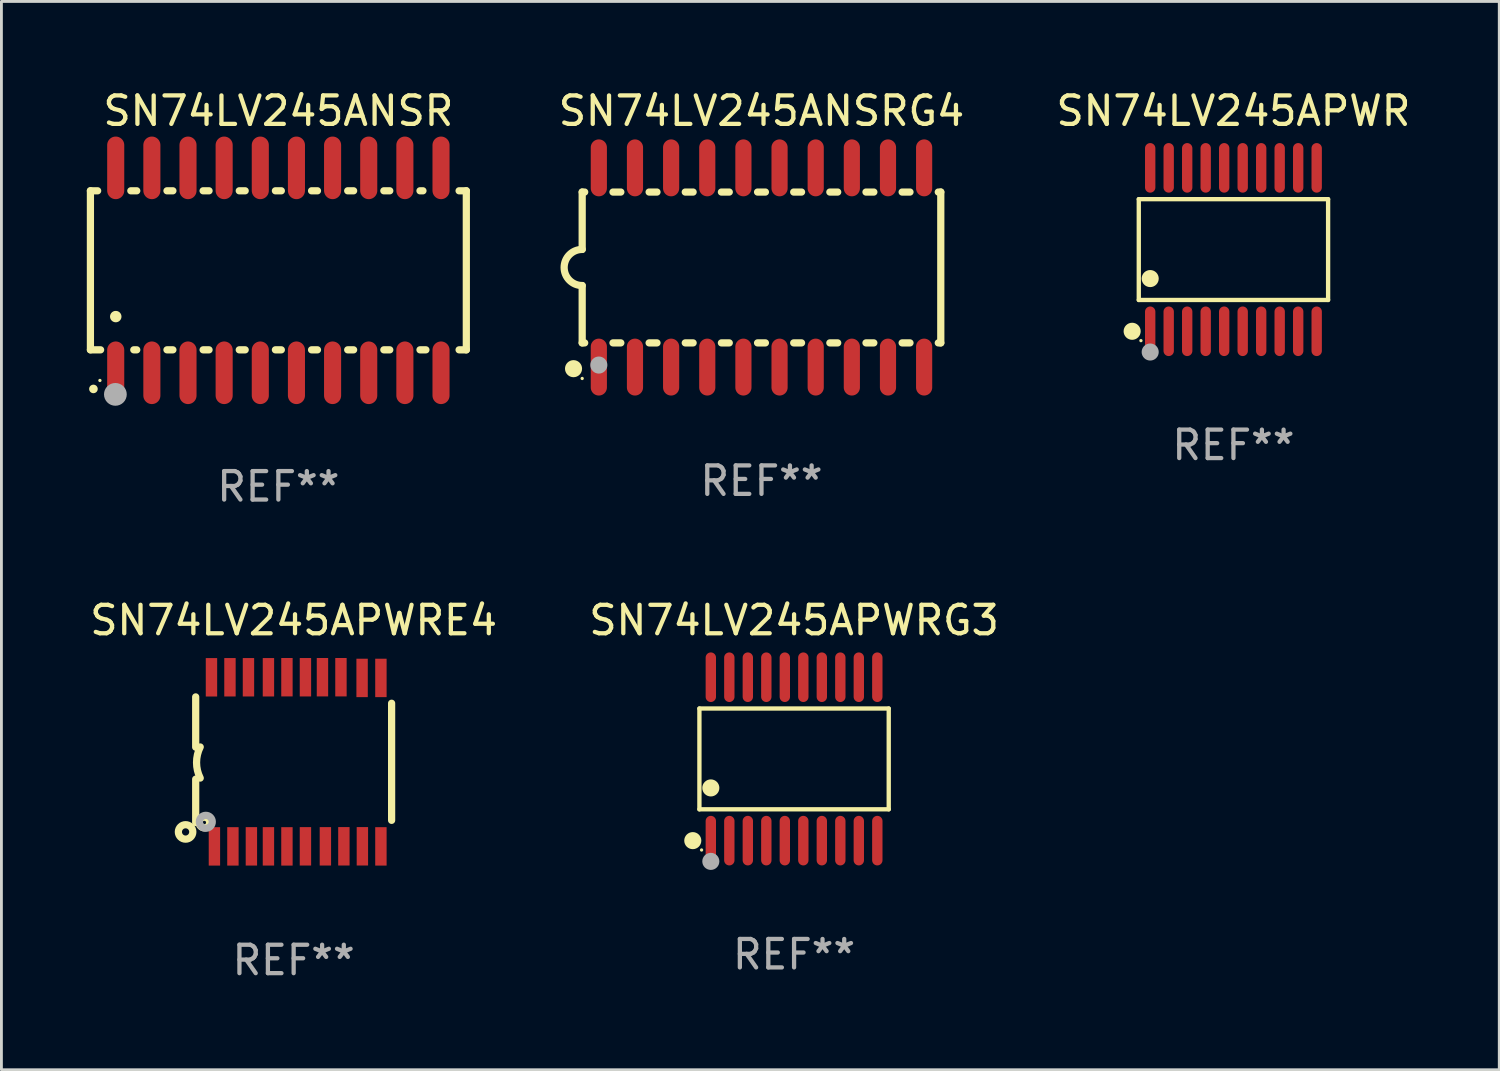
<source format=kicad_pcb>
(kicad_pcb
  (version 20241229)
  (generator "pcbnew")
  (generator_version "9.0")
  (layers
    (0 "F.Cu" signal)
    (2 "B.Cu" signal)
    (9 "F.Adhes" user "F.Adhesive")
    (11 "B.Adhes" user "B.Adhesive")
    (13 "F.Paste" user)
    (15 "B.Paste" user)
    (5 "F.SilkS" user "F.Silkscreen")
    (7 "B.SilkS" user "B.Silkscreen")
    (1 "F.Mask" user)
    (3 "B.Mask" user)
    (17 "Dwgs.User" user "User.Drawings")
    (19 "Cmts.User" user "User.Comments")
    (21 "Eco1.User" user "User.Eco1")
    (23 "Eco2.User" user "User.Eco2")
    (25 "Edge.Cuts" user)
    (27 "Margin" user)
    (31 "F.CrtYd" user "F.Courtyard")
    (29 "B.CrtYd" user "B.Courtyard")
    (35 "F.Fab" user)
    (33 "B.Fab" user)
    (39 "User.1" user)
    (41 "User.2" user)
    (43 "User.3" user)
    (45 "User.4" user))
  (footprint "SN74LV245ANSR"
    (layer "F.Cu")
    (at 6.731 6.448)
    (property "Reference" "SN74LV245ANSR" (at 0 -5.6 0) (layer "F.SilkS") (effects (font (size 1 1) (thickness 0.15))))
    (attr through_hole)
    (fp_line (start -6.604 -2.794) (end -6.604 2.794) (stroke (width 0.254) (type solid)) (layer "F.SilkS"))
    (fp_line (start -6.604 2.794) (end -6.246 2.794) (stroke (width 0.254) (type solid)) (layer "F.SilkS"))
    (fp_line (start -6.35 -2.794) (end -6.604 -2.794) (stroke (width 0.254) (type solid)) (layer "F.SilkS"))
    (fp_line (start -5.184 -2.794) (end -4.976 -2.794) (stroke (width 0.254) (type solid)) (layer "F.SilkS"))
    (fp_line (start -5.08 2.794) (end -4.976 2.794) (stroke (width 0.254) (type solid)) (layer "F.SilkS"))
    (fp_line (start -3.914 -2.794) (end -3.706 -2.794) (stroke (width 0.254) (type solid)) (layer "F.SilkS"))
    (fp_line (start -3.914 2.794) (end -3.706 2.794) (stroke (width 0.254) (type solid)) (layer "F.SilkS"))
    (fp_line (start -2.644 -2.794) (end -2.436 -2.794) (stroke (width 0.254) (type solid)) (layer "F.SilkS"))
    (fp_line (start -2.644 2.794) (end -2.436 2.794) (stroke (width 0.254) (type solid)) (layer "F.SilkS"))
    (fp_line (start -1.374 -2.794) (end -1.166 -2.794) (stroke (width 0.254) (type solid)) (layer "F.SilkS"))
    (fp_line (start -1.374 2.794) (end -1.166 2.794) (stroke (width 0.254) (type solid)) (layer "F.SilkS"))
    (fp_line (start -0.104 -2.794) (end 0.104 -2.794) (stroke (width 0.254) (type solid)) (layer "F.SilkS"))
    (fp_line (start -0.104 2.794) (end 0.104 2.794) (stroke (width 0.254) (type solid)) (layer "F.SilkS"))
    (fp_line (start 1.166 -2.794) (end 1.374 -2.794) (stroke (width 0.254) (type solid)) (layer "F.SilkS"))
    (fp_line (start 1.166 2.794) (end 1.374 2.794) (stroke (width 0.254) (type solid)) (layer "F.SilkS"))
    (fp_line (start 2.436 -2.794) (end 2.644 -2.794) (stroke (width 0.254) (type solid)) (layer "F.SilkS"))
    (fp_line (start 2.436 2.794) (end 2.644 2.794) (stroke (width 0.254) (type solid)) (layer "F.SilkS"))
    (fp_line (start 3.706 -2.794) (end 3.914 -2.794) (stroke (width 0.254) (type solid)) (layer "F.SilkS"))
    (fp_line (start 3.706 2.794) (end 3.914 2.794) (stroke (width 0.254) (type solid)) (layer "F.SilkS"))
    (fp_line (start 4.976 -2.794) (end 5.08 -2.794) (stroke (width 0.254) (type solid)) (layer "F.SilkS"))
    (fp_line (start 4.976 2.794) (end 5.184 2.794) (stroke (width 0.254) (type solid)) (layer "F.SilkS"))
    (fp_line (start 6.35 -2.794) (end 6.604 -2.794) (stroke (width 0.254) (type solid)) (layer "F.SilkS"))
    (fp_line (start 6.604 -2.794) (end 6.604 2.794) (stroke (width 0.254) (type solid)) (layer "F.SilkS"))
    (fp_line (start 6.604 2.794) (end 6.35 2.794) (stroke (width 0.254) (type solid)) (layer "F.SilkS"))
    (fp_arc (start -6.499619 4.167793) (mid -6.498349 4.167788) (end -6.497079 4.167793) (stroke (width 0.3) (type solid)) (layer "F.SilkS"))
    (fp_arc (start -5.715011 1.625603) (mid -5.713741 1.625599) (end -5.712471 1.625603) (stroke (width 0.4) (type solid)) (layer "F.SilkS"))
    (fp_circle (center -6.27 3.87) (end -6.24 3.87) (stroke (width 0.06) (type solid)) (fill no) (layer "F.SilkS"))
    (fp_circle (center -5.727 4.359) (end -5.527 4.359) (stroke (width 0.4) (type solid)) (fill no) (layer "F.Fab"))
    (fp_text user "REF**" (at 0 7.6 0) (layer "F.Fab") (effects (font (size 1 1) (thickness 0.15))))
    (pad "1" smd oval (at -5.715 3.6) (size 0.6 2.2) (layers "F.Cu" "F.Mask" "F.Paste"))
    (pad "2" smd oval (at -4.445 3.6) (size 0.6 2.2) (layers "F.Cu" "F.Mask" "F.Paste"))
    (pad "3" smd oval (at -3.175 3.6) (size 0.6 2.2) (layers "F.Cu" "F.Mask" "F.Paste"))
    (pad "4" smd oval (at -1.905 3.6) (size 0.6 2.2) (layers "F.Cu" "F.Mask" "F.Paste"))
    (pad "5" smd oval (at -0.635 3.6) (size 0.6 2.2) (layers "F.Cu" "F.Mask" "F.Paste"))
    (pad "6" smd oval (at 0.635 3.6) (size 0.6 2.2) (layers "F.Cu" "F.Mask" "F.Paste"))
    (pad "7" smd oval (at 1.905 3.6) (size 0.6 2.2) (layers "F.Cu" "F.Mask" "F.Paste"))
    (pad "8" smd oval (at 3.175 3.6) (size 0.6 2.2) (layers "F.Cu" "F.Mask" "F.Paste"))
    (pad "9" smd oval (at 4.445 3.6) (size 0.6 2.2) (layers "F.Cu" "F.Mask" "F.Paste"))
    (pad "10" smd oval (at 5.715 3.6) (size 0.6 2.2) (layers "F.Cu" "F.Mask" "F.Paste"))
    (pad "11" smd oval (at 5.715 -3.6 180) (size 0.6 2.2) (layers "F.Cu" "F.Mask" "F.Paste"))
    (pad "12" smd oval (at 4.445 -3.6 180) (size 0.6 2.2) (layers "F.Cu" "F.Mask" "F.Paste"))
    (pad "13" smd oval (at 3.175 -3.6 180) (size 0.6 2.2) (layers "F.Cu" "F.Mask" "F.Paste"))
    (pad "14" smd oval (at 1.905 -3.6 180) (size 0.6 2.2) (layers "F.Cu" "F.Mask" "F.Paste"))
    (pad "15" smd oval (at 0.635 -3.6 180) (size 0.6 2.2) (layers "F.Cu" "F.Mask" "F.Paste"))
    (pad "16" smd oval (at -0.635 -3.6 180) (size 0.6 2.2) (layers "F.Cu" "F.Mask" "F.Paste"))
    (pad "17" smd oval (at -1.905 -3.6 180) (size 0.6 2.2) (layers "F.Cu" "F.Mask" "F.Paste"))
    (pad "18" smd oval (at -3.175 -3.6 180) (size 0.6 2.2) (layers "F.Cu" "F.Mask" "F.Paste"))
    (pad "19" smd oval (at -4.445 -3.6 180) (size 0.6 2.2) (layers "F.Cu" "F.Mask" "F.Paste"))
    (pad "20" smd oval (at -5.715 -3.6 180) (size 0.6 2.2) (layers "F.Cu" "F.Mask" "F.Paste")))
  (footprint "SN74LV245ANSRG4"
    (layer "F.Cu")
    (at 23.706 6.348)
    (property "Reference" "SN74LV245ANSRG4" (at 0 -5.5 0) (layer "F.SilkS") (effects (font (size 1 1) (thickness 0.15))))
    (attr through_hole)
    (fp_line (start -6.3 -2.65) (end -6.3 -0.635) (stroke (width 0.254) (type solid)) (layer "F.SilkS"))
    (fp_line (start -6.3 -2.65) (end -6.212 -2.65) (stroke (width 0.254) (type solid)) (layer "F.SilkS"))
    (fp_line (start -6.3 2.65) (end -6.3 0.635) (stroke (width 0.254) (type solid)) (layer "F.SilkS"))
    (fp_line (start -6.3 2.65) (end -6.212 2.65) (stroke (width 0.254) (type solid)) (layer "F.SilkS"))
    (fp_line (start -5.218 -2.65) (end -4.942 -2.65) (stroke (width 0.254) (type solid)) (layer "F.SilkS"))
    (fp_line (start -5.218 2.65) (end -4.942 2.65) (stroke (width 0.254) (type solid)) (layer "F.SilkS"))
    (fp_line (start -3.948 -2.65) (end -3.672 -2.65) (stroke (width 0.254) (type solid)) (layer "F.SilkS"))
    (fp_line (start -3.948 2.65) (end -3.672 2.65) (stroke (width 0.254) (type solid)) (layer "F.SilkS"))
    (fp_line (start -2.678 -2.65) (end -2.402 -2.65) (stroke (width 0.254) (type solid)) (layer "F.SilkS"))
    (fp_line (start -2.678 2.65) (end -2.402 2.65) (stroke (width 0.254) (type solid)) (layer "F.SilkS"))
    (fp_line (start -1.408 -2.65) (end -1.132 -2.65) (stroke (width 0.254) (type solid)) (layer "F.SilkS"))
    (fp_line (start -1.408 2.65) (end -1.132 2.65) (stroke (width 0.254) (type solid)) (layer "F.SilkS"))
    (fp_line (start -0.138 -2.65) (end 0.138 -2.65) (stroke (width 0.254) (type solid)) (layer "F.SilkS"))
    (fp_line (start -0.138 2.65) (end 0.138 2.65) (stroke (width 0.254) (type solid)) (layer "F.SilkS"))
    (fp_line (start 1.132 -2.65) (end 1.408 -2.65) (stroke (width 0.254) (type solid)) (layer "F.SilkS"))
    (fp_line (start 1.132 2.65) (end 1.408 2.65) (stroke (width 0.254) (type solid)) (layer "F.SilkS"))
    (fp_line (start 2.402 -2.65) (end 2.678 -2.65) (stroke (width 0.254) (type solid)) (layer "F.SilkS"))
    (fp_line (start 2.402 2.65) (end 2.678 2.65) (stroke (width 0.254) (type solid)) (layer "F.SilkS"))
    (fp_line (start 3.672 -2.65) (end 3.948 -2.65) (stroke (width 0.254) (type solid)) (layer "F.SilkS"))
    (fp_line (start 3.672 2.65) (end 3.948 2.65) (stroke (width 0.254) (type solid)) (layer "F.SilkS"))
    (fp_line (start 4.942 -2.65) (end 5.218 -2.65) (stroke (width 0.254) (type solid)) (layer "F.SilkS"))
    (fp_line (start 4.942 2.65) (end 5.218 2.65) (stroke (width 0.254) (type solid)) (layer "F.SilkS"))
    (fp_line (start 6.212 -2.65) (end 6.3 -2.65) (stroke (width 0.254) (type solid)) (layer "F.SilkS"))
    (fp_line (start 6.212 2.65) (end 6.3 2.65) (stroke (width 0.254) (type solid)) (layer "F.SilkS"))
    (fp_line (start 6.3 -2.65) (end 6.3 2.65) (stroke (width 0.254) (type solid)) (layer "F.SilkS"))
    (fp_arc (start -6.299975 0.634874) (mid -6.933579 0.000127) (end -6.299213 -0.633858) (stroke (width 0.254001) (type solid)) (layer "F.SilkS"))
    (fp_circle (center -6.604 3.556) (end -6.454 3.556) (stroke (width 0.3) (type solid)) (fill no) (layer "F.SilkS"))
    (fp_circle (center -6.3 3.9) (end -6.27 3.9) (stroke (width 0.06) (type solid)) (fill no) (layer "F.SilkS"))
    (fp_circle (center -5.715 3.429) (end -5.565 3.429) (stroke (width 0.3) (type solid)) (fill no) (layer "F.Fab"))
    (fp_text user "REF**" (at 0 7.5 0) (layer "F.Fab") (effects (font (size 1 1) (thickness 0.15))))
    (pad "1" smd oval (at -5.715 3.5) (size 0.568 2) (layers "F.Cu" "F.Mask" "F.Paste"))
    (pad "2" smd oval (at -4.445 3.5) (size 0.568 2) (layers "F.Cu" "F.Mask" "F.Paste"))
    (pad "3" smd oval (at -3.175 3.5) (size 0.568 2) (layers "F.Cu" "F.Mask" "F.Paste"))
    (pad "4" smd oval (at -1.905 3.5) (size 0.568 2) (layers "F.Cu" "F.Mask" "F.Paste"))
    (pad "5" smd oval (at -0.635 3.5) (size 0.568 2) (layers "F.Cu" "F.Mask" "F.Paste"))
    (pad "6" smd oval (at 0.635 3.5) (size 0.568 2) (layers "F.Cu" "F.Mask" "F.Paste"))
    (pad "7" smd oval (at 1.905 3.5) (size 0.568 2) (layers "F.Cu" "F.Mask" "F.Paste"))
    (pad "8" smd oval (at 3.175 3.5) (size 0.568 2) (layers "F.Cu" "F.Mask" "F.Paste"))
    (pad "9" smd oval (at 4.445 3.5) (size 0.568 2) (layers "F.Cu" "F.Mask" "F.Paste"))
    (pad "10" smd oval (at 5.715 3.5) (size 0.568 2) (layers "F.Cu" "F.Mask" "F.Paste"))
    (pad "11" smd oval (at 5.715 -3.5) (size 0.568 2) (layers "F.Cu" "F.Mask" "F.Paste"))
    (pad "12" smd oval (at 4.445 -3.5) (size 0.568 2) (layers "F.Cu" "F.Mask" "F.Paste"))
    (pad "13" smd oval (at 3.175 -3.5) (size 0.568 2) (layers "F.Cu" "F.Mask" "F.Paste"))
    (pad "14" smd oval (at 1.905 -3.5) (size 0.568 2) (layers "F.Cu" "F.Mask" "F.Paste"))
    (pad "15" smd oval (at 0.635 -3.5) (size 0.568 2) (layers "F.Cu" "F.Mask" "F.Paste"))
    (pad "16" smd oval (at -0.635 -3.5) (size 0.568 2) (layers "F.Cu" "F.Mask" "F.Paste"))
    (pad "17" smd oval (at -1.905 -3.5) (size 0.568 2) (layers "F.Cu" "F.Mask" "F.Paste"))
    (pad "18" smd oval (at -3.175 -3.5) (size 0.568 2) (layers "F.Cu" "F.Mask" "F.Paste"))
    (pad "19" smd oval (at -4.445 -3.5) (size 0.568 2) (layers "F.Cu" "F.Mask" "F.Paste"))
    (pad "20" smd oval (at -5.715 -3.5) (size 0.568 2) (layers "F.Cu" "F.Mask" "F.Paste")))
  (footprint "SN74LV245APWR"
    (layer "F.Cu")
    (at 40.289 5.719)
    (property "Reference" "SN74LV245APWR" (at 0 -4.871 0) (layer "F.SilkS") (effects (font (size 1 1) (thickness 0.15))))
    (attr through_hole)
    (fp_line (start -3.326 -1.771) (end 3.326 -1.771) (stroke (width 0.152) (type solid)) (layer "F.SilkS"))
    (fp_line (start -3.326 1.771) (end -3.326 -1.771) (stroke (width 0.152) (type solid)) (layer "F.SilkS"))
    (fp_line (start 3.326 -1.771) (end 3.326 1.771) (stroke (width 0.152) (type solid)) (layer "F.SilkS"))
    (fp_line (start 3.326 1.771) (end -3.326 1.771) (stroke (width 0.152) (type solid)) (layer "F.SilkS"))
    (fp_circle (center -3.559 2.871) (end -3.409 2.871) (stroke (width 0.3) (type solid)) (fill no) (layer "F.SilkS"))
    (fp_circle (center -3.25 3.2) (end -3.22 3.2) (stroke (width 0.06) (type solid)) (fill no) (layer "F.SilkS"))
    (fp_circle (center -2.925 1.019) (end -2.775 1.019) (stroke (width 0.3) (type solid)) (fill no) (layer "F.SilkS"))
    (fp_circle (center -2.925 3.6) (end -2.775 3.6) (stroke (width 0.3) (type solid)) (fill no) (layer "F.Fab"))
    (fp_text user "REF**" (at 0 6.871 0) (layer "F.Fab") (effects (font (size 1 1) (thickness 0.15))))
    (pad "1" smd oval (at -2.925 2.871) (size 0.364 1.742) (layers "F.Cu" "F.Mask" "F.Paste"))
    (pad "2" smd oval (at -2.275 2.871) (size 0.364 1.742) (layers "F.Cu" "F.Mask" "F.Paste"))
    (pad "3" smd oval (at -1.625 2.871) (size 0.364 1.742) (layers "F.Cu" "F.Mask" "F.Paste"))
    (pad "4" smd oval (at -0.975 2.871) (size 0.364 1.742) (layers "F.Cu" "F.Mask" "F.Paste"))
    (pad "5" smd oval (at -0.325 2.871) (size 0.364 1.742) (layers "F.Cu" "F.Mask" "F.Paste"))
    (pad "6" smd oval (at 0.325 2.871) (size 0.364 1.742) (layers "F.Cu" "F.Mask" "F.Paste"))
    (pad "7" smd oval (at 0.975 2.871) (size 0.364 1.742) (layers "F.Cu" "F.Mask" "F.Paste"))
    (pad "8" smd oval (at 1.625 2.871) (size 0.364 1.742) (layers "F.Cu" "F.Mask" "F.Paste"))
    (pad "9" smd oval (at 2.275 2.871) (size 0.364 1.742) (layers "F.Cu" "F.Mask" "F.Paste"))
    (pad "10" smd oval (at 2.925 2.871) (size 0.364 1.742) (layers "F.Cu" "F.Mask" "F.Paste"))
    (pad "11" smd oval (at 2.925 -2.871) (size 0.364 1.742) (layers "F.Cu" "F.Mask" "F.Paste"))
    (pad "12" smd oval (at 2.275 -2.871) (size 0.364 1.742) (layers "F.Cu" "F.Mask" "F.Paste"))
    (pad "13" smd oval (at 1.625 -2.871) (size 0.364 1.742) (layers "F.Cu" "F.Mask" "F.Paste"))
    (pad "14" smd oval (at 0.975 -2.871) (size 0.364 1.742) (layers "F.Cu" "F.Mask" "F.Paste"))
    (pad "15" smd oval (at 0.325 -2.871) (size 0.364 1.742) (layers "F.Cu" "F.Mask" "F.Paste"))
    (pad "16" smd oval (at -0.325 -2.871) (size 0.364 1.742) (layers "F.Cu" "F.Mask" "F.Paste"))
    (pad "17" smd oval (at -0.975 -2.871) (size 0.364 1.742) (layers "F.Cu" "F.Mask" "F.Paste"))
    (pad "18" smd oval (at -1.625 -2.871) (size 0.364 1.742) (layers "F.Cu" "F.Mask" "F.Paste"))
    (pad "19" smd oval (at -2.275 -2.871) (size 0.364 1.742) (layers "F.Cu" "F.Mask" "F.Paste"))
    (pad "20" smd oval (at -2.925 -2.871) (size 0.364 1.742) (layers "F.Cu" "F.Mask" "F.Paste")))
  (footprint "SN74LV245APWRG3"
    (layer "F.Cu")
    (at 24.851 23.616)
    (property "Reference" "SN74LV245APWRG3" (at 0 -4.871 0) (layer "F.SilkS") (effects (font (size 1 1) (thickness 0.15))))
    (attr through_hole)
    (fp_line (start -3.326 -1.771) (end 3.326 -1.771) (stroke (width 0.152) (type solid)) (layer "F.SilkS"))
    (fp_line (start -3.326 1.771) (end -3.326 -1.771) (stroke (width 0.152) (type solid)) (layer "F.SilkS"))
    (fp_line (start 3.326 -1.771) (end 3.326 1.771) (stroke (width 0.152) (type solid)) (layer "F.SilkS"))
    (fp_line (start 3.326 1.771) (end -3.326 1.771) (stroke (width 0.152) (type solid)) (layer "F.SilkS"))
    (fp_circle (center -3.559 2.871) (end -3.409 2.871) (stroke (width 0.3) (type solid)) (fill no) (layer "F.SilkS"))
    (fp_circle (center -3.25 3.2) (end -3.22 3.2) (stroke (width 0.06) (type solid)) (fill no) (layer "F.SilkS"))
    (fp_circle (center -2.925 1.019) (end -2.775 1.019) (stroke (width 0.3) (type solid)) (fill no) (layer "F.SilkS"))
    (fp_circle (center -2.925 3.6) (end -2.775 3.6) (stroke (width 0.3) (type solid)) (fill no) (layer "F.Fab"))
    (fp_text user "REF**" (at 0 6.871 0) (layer "F.Fab") (effects (font (size 1 1) (thickness 0.15))))
    (pad "1" smd oval (at -2.925 2.871) (size 0.364 1.742) (layers "F.Cu" "F.Mask" "F.Paste"))
    (pad "2" smd oval (at -2.275 2.871) (size 0.364 1.742) (layers "F.Cu" "F.Mask" "F.Paste"))
    (pad "3" smd oval (at -1.625 2.871) (size 0.364 1.742) (layers "F.Cu" "F.Mask" "F.Paste"))
    (pad "4" smd oval (at -0.975 2.871) (size 0.364 1.742) (layers "F.Cu" "F.Mask" "F.Paste"))
    (pad "5" smd oval (at -0.325 2.871) (size 0.364 1.742) (layers "F.Cu" "F.Mask" "F.Paste"))
    (pad "6" smd oval (at 0.325 2.871) (size 0.364 1.742) (layers "F.Cu" "F.Mask" "F.Paste"))
    (pad "7" smd oval (at 0.975 2.871) (size 0.364 1.742) (layers "F.Cu" "F.Mask" "F.Paste"))
    (pad "8" smd oval (at 1.625 2.871) (size 0.364 1.742) (layers "F.Cu" "F.Mask" "F.Paste"))
    (pad "9" smd oval (at 2.275 2.871) (size 0.364 1.742) (layers "F.Cu" "F.Mask" "F.Paste"))
    (pad "10" smd oval (at 2.925 2.871) (size 0.364 1.742) (layers "F.Cu" "F.Mask" "F.Paste"))
    (pad "11" smd oval (at 2.925 -2.871) (size 0.364 1.742) (layers "F.Cu" "F.Mask" "F.Paste"))
    (pad "12" smd oval (at 2.275 -2.871) (size 0.364 1.742) (layers "F.Cu" "F.Mask" "F.Paste"))
    (pad "13" smd oval (at 1.625 -2.871) (size 0.364 1.742) (layers "F.Cu" "F.Mask" "F.Paste"))
    (pad "14" smd oval (at 0.975 -2.871) (size 0.364 1.742) (layers "F.Cu" "F.Mask" "F.Paste"))
    (pad "15" smd oval (at 0.325 -2.871) (size 0.364 1.742) (layers "F.Cu" "F.Mask" "F.Paste"))
    (pad "16" smd oval (at -0.325 -2.871) (size 0.364 1.742) (layers "F.Cu" "F.Mask" "F.Paste"))
    (pad "17" smd oval (at -0.975 -2.871) (size 0.364 1.742) (layers "F.Cu" "F.Mask" "F.Paste"))
    (pad "18" smd oval (at -1.625 -2.871) (size 0.364 1.742) (layers "F.Cu" "F.Mask" "F.Paste"))
    (pad "19" smd oval (at -2.275 -2.871) (size 0.364 1.742) (layers "F.Cu" "F.Mask" "F.Paste"))
    (pad "20" smd oval (at -2.925 -2.871) (size 0.364 1.742) (layers "F.Cu" "F.Mask" "F.Paste")))
  (footprint "SN74LV245APWRE4"
    (layer "F.Cu")
    (at 7.268 23.717)
    (property "Reference" "SN74LV245APWRE4" (at 0 -4.972 0) (layer "F.SilkS") (effects (font (size 1 1) (thickness 0.15))))
    (attr through_hole)
    (fp_line (start -3.442 -0.514) (end -3.442 -2.28) (stroke (width 0.254) (type solid)) (layer "F.SilkS"))
    (fp_line (start -3.442 0.61) (end -3.442 2.134) (stroke (width 0.254) (type solid)) (layer "F.SilkS"))
    (fp_line (start 3.442 -2.057) (end 3.442 2.057) (stroke (width 0.254) (type solid)) (layer "F.SilkS"))
    (fp_arc (start -3.282957 0.571502) (mid -3.411874 0.0254) (end -3.282957 -0.520701) (stroke (width 0.254001) (type solid)) (layer "F.SilkS"))
    (fp_circle (center -3.797 2.464) (end -3.543 2.464) (stroke (width 0.254) (type solid)) (fill no) (layer "F.SilkS"))
    (fp_circle (center -3.137 2.134) (end -3.077 2.134) (stroke (width 0.254) (type solid)) (fill no) (layer "F.SilkS"))
    (fp_circle (center -3.086 2.108) (end -2.986 2.108) (stroke (width 0.254) (type solid)) (fill no) (layer "F.Fab"))
    (fp_text user "REF**" (at 0 6.972 0) (layer "F.Fab") (effects (font (size 1 1) (thickness 0.15))))
    (pad "1" smd rect (at -2.784 2.972 90) (size 1.35 0.4) (layers "F.Cu" "F.Mask" "F.Paste"))
    (pad "2" smd rect (at -2.134 2.972 270) (size 1.35 0.4) (layers "F.Cu" "F.Mask" "F.Paste"))
    (pad "3" smd rect (at -1.485 2.971 270) (size 1.35 0.4) (layers "F.Cu" "F.Mask" "F.Paste"))
    (pad "4" smd rect (at -0.886 2.971 270) (size 1.35 0.4) (layers "F.Cu" "F.Mask" "F.Paste"))
    (pad "5" smd rect (at -0.236 2.972 270) (size 1.35 0.4) (layers "F.Cu" "F.Mask" "F.Paste"))
    (pad "6" smd rect (at 0.414 2.97 270) (size 1.35 0.4) (layers "F.Cu" "F.Mask" "F.Paste"))
    (pad "7" smd rect (at 1.115 2.97 270) (size 1.35 0.4) (layers "F.Cu" "F.Mask" "F.Paste"))
    (pad "8" smd rect (at 1.765 2.969 270) (size 1.35 0.4) (layers "F.Cu" "F.Mask" "F.Paste"))
    (pad "9" smd rect (at 2.415 2.969 270) (size 1.35 0.4) (layers "F.Cu" "F.Mask" "F.Paste"))
    (pad "10" smd rect (at 3.066 2.972 270) (size 1.35 0.4) (layers "F.Cu" "F.Mask" "F.Paste"))
    (pad "11" smd rect (at 3.066 -2.947 270) (size 1.35 0.4) (layers "F.Cu" "F.Mask" "F.Paste"))
    (pad "12" smd rect (at 2.405 -2.947 270) (size 1.35 0.4) (layers "F.Cu" "F.Mask" "F.Paste"))
    (pad "13" smd rect (at 1.662 -2.972 90) (size 1.35 0.4) (layers "F.Cu" "F.Mask" "F.Paste"))
    (pad "14" smd rect (at 1.012 -2.972 90) (size 1.35 0.4) (layers "F.Cu" "F.Mask" "F.Paste"))
    (pad "15" smd rect (at 0.414 -2.971 90) (size 1.35 0.4) (layers "F.Cu" "F.Mask" "F.Paste"))
    (pad "16" smd rect (at -0.236 -2.972 90) (size 1.35 0.4) (layers "F.Cu" "F.Mask" "F.Paste"))
    (pad "17" smd rect (at -0.886 -2.97 90) (size 1.35 0.4) (layers "F.Cu" "F.Mask" "F.Paste"))
    (pad "18" smd rect (at -1.588 -2.97 90) (size 1.35 0.4) (layers "F.Cu" "F.Mask" "F.Paste"))
    (pad "19" smd rect (at -2.238 -2.97 90) (size 1.35 0.4) (layers "F.Cu" "F.Mask" "F.Paste"))
    (pad "20" smd rect (at -2.888 -2.969 90) (size 1.35 0.4) (layers "F.Cu" "F.Mask" "F.Paste")))
  (gr_rect
    (start -3 -3)
    (end 49.629 34.537)
    (stroke (width 0.1) (type default))
    (fill no)
    (layer "Edge.Cuts")))
</source>
